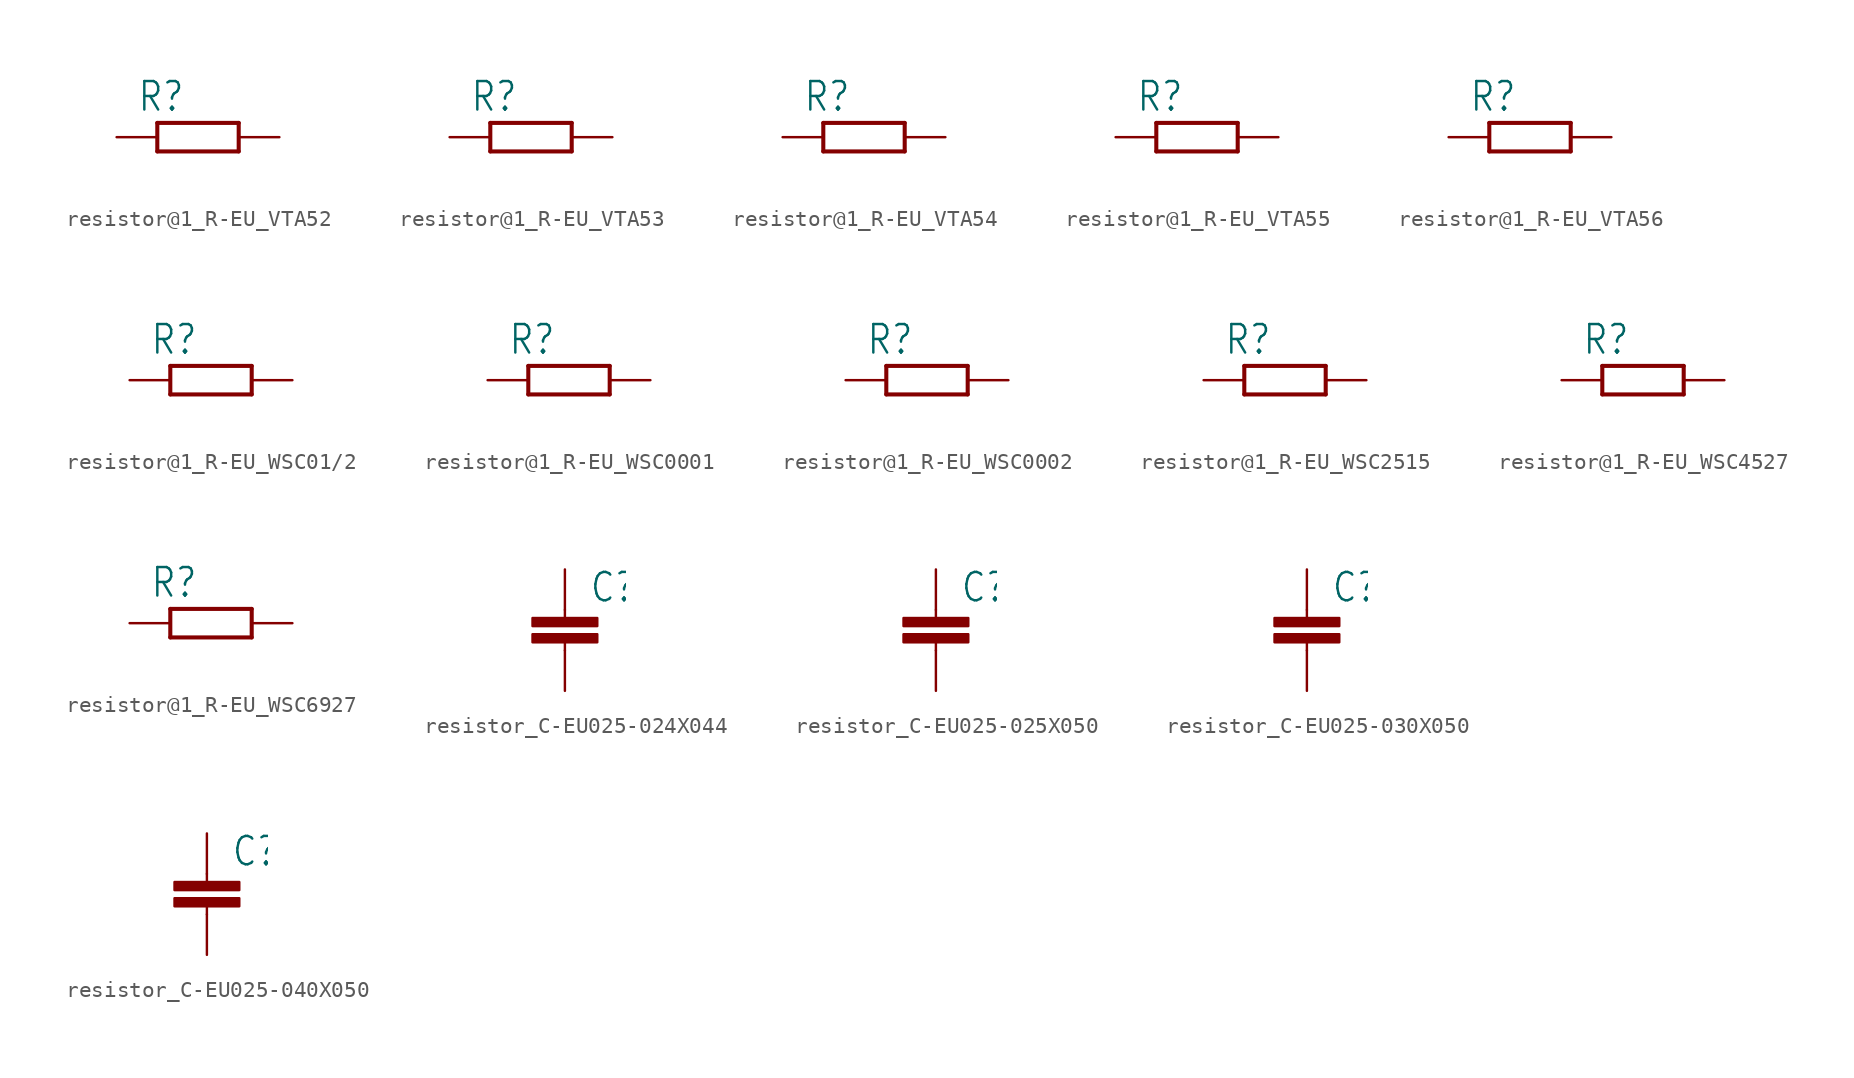
<source format=kicad_sym>
(kicad_symbol_lib
  (version 20231120)
  (generator "kicad_symbol_editor")
  (generator_version "8.0")
  (symbol "resistor@1_R-EU_VTA52"
    (property "Reference" "R"
      (at -3.81 1.499 0)
      (effects (font (size 1.778 1.511)) (justify left bottom)))
    (property "Value" ""
      (at -3.81 -3.302 0)
      (effects (font (size 1.778 1.511)) (justify left bottom)))
    (property "ki_locked" ""
      (at 0 0 0)
      (effects (font (size 1.27 1.27))))
    (symbol "resistor@1_R-EU_VTA52_1_0"
      (polyline (pts (xy -2.54 -0.889) (xy -2.54 0.889)) (stroke (width 0.254) (type solid)) (fill (type none)))
      (polyline (pts (xy -2.54 -0.889) (xy 2.54 -0.889)) (stroke (width 0.254) (type solid)) (fill (type none)))
      (polyline (pts (xy 2.54 -0.889) (xy 2.54 0.889)) (stroke (width 0.254) (type solid)) (fill (type none)))
      (polyline (pts (xy 2.54 0.889) (xy -2.54 0.889)) (stroke (width 0.254) (type solid)) (fill (type none)))
      (pin passive line (at -5.08 0 0) (length 2.54) (name "1" (effects (font (size 0 0)))) (number "1" (effects (font (size 0 0)))))
      (pin passive line (at 5.08 0 180) (length 2.54) (name "2" (effects (font (size 0 0)))) (number "2" (effects (font (size 0 0)))))))
  (symbol "resistor@1_R-EU_VTA53"
    (property "Reference" "R"
      (at -3.81 1.499 0)
      (effects (font (size 1.778 1.511)) (justify left bottom)))
    (property "Value" ""
      (at -3.81 -3.302 0)
      (effects (font (size 1.778 1.511)) (justify left bottom)))
    (property "ki_locked" ""
      (at 0 0 0)
      (effects (font (size 1.27 1.27))))
    (symbol "resistor@1_R-EU_VTA53_1_0"
      (polyline (pts (xy -2.54 -0.889) (xy -2.54 0.889)) (stroke (width 0.254) (type solid)) (fill (type none)))
      (polyline (pts (xy -2.54 -0.889) (xy 2.54 -0.889)) (stroke (width 0.254) (type solid)) (fill (type none)))
      (polyline (pts (xy 2.54 -0.889) (xy 2.54 0.889)) (stroke (width 0.254) (type solid)) (fill (type none)))
      (polyline (pts (xy 2.54 0.889) (xy -2.54 0.889)) (stroke (width 0.254) (type solid)) (fill (type none)))
      (pin passive line (at -5.08 0 0) (length 2.54) (name "1" (effects (font (size 0 0)))) (number "1" (effects (font (size 0 0)))))
      (pin passive line (at 5.08 0 180) (length 2.54) (name "2" (effects (font (size 0 0)))) (number "2" (effects (font (size 0 0)))))))
  (symbol "resistor@1_R-EU_VTA54"
    (property "Reference" "R"
      (at -3.81 1.499 0)
      (effects (font (size 1.778 1.511)) (justify left bottom)))
    (property "Value" ""
      (at -3.81 -3.302 0)
      (effects (font (size 1.778 1.511)) (justify left bottom)))
    (property "ki_locked" ""
      (at 0 0 0)
      (effects (font (size 1.27 1.27))))
    (symbol "resistor@1_R-EU_VTA54_1_0"
      (polyline (pts (xy -2.54 -0.889) (xy -2.54 0.889)) (stroke (width 0.254) (type solid)) (fill (type none)))
      (polyline (pts (xy -2.54 -0.889) (xy 2.54 -0.889)) (stroke (width 0.254) (type solid)) (fill (type none)))
      (polyline (pts (xy 2.54 -0.889) (xy 2.54 0.889)) (stroke (width 0.254) (type solid)) (fill (type none)))
      (polyline (pts (xy 2.54 0.889) (xy -2.54 0.889)) (stroke (width 0.254) (type solid)) (fill (type none)))
      (pin passive line (at -5.08 0 0) (length 2.54) (name "1" (effects (font (size 0 0)))) (number "1" (effects (font (size 0 0)))))
      (pin passive line (at 5.08 0 180) (length 2.54) (name "2" (effects (font (size 0 0)))) (number "2" (effects (font (size 0 0)))))))
  (symbol "resistor@1_R-EU_VTA55"
    (property "Reference" "R"
      (at -3.81 1.499 0)
      (effects (font (size 1.778 1.511)) (justify left bottom)))
    (property "Value" ""
      (at -3.81 -3.302 0)
      (effects (font (size 1.778 1.511)) (justify left bottom)))
    (property "ki_locked" ""
      (at 0 0 0)
      (effects (font (size 1.27 1.27))))
    (symbol "resistor@1_R-EU_VTA55_1_0"
      (polyline (pts (xy -2.54 -0.889) (xy -2.54 0.889)) (stroke (width 0.254) (type solid)) (fill (type none)))
      (polyline (pts (xy -2.54 -0.889) (xy 2.54 -0.889)) (stroke (width 0.254) (type solid)) (fill (type none)))
      (polyline (pts (xy 2.54 -0.889) (xy 2.54 0.889)) (stroke (width 0.254) (type solid)) (fill (type none)))
      (polyline (pts (xy 2.54 0.889) (xy -2.54 0.889)) (stroke (width 0.254) (type solid)) (fill (type none)))
      (pin passive line (at -5.08 0 0) (length 2.54) (name "1" (effects (font (size 0 0)))) (number "1" (effects (font (size 0 0)))))
      (pin passive line (at 5.08 0 180) (length 2.54) (name "2" (effects (font (size 0 0)))) (number "2" (effects (font (size 0 0)))))))
  (symbol "resistor@1_R-EU_VTA56"
    (property "Reference" "R"
      (at -3.81 1.499 0)
      (effects (font (size 1.778 1.511)) (justify left bottom)))
    (property "Value" ""
      (at -3.81 -3.302 0)
      (effects (font (size 1.778 1.511)) (justify left bottom)))
    (property "ki_locked" ""
      (at 0 0 0)
      (effects (font (size 1.27 1.27))))
    (symbol "resistor@1_R-EU_VTA56_1_0"
      (polyline (pts (xy -2.54 -0.889) (xy -2.54 0.889)) (stroke (width 0.254) (type solid)) (fill (type none)))
      (polyline (pts (xy -2.54 -0.889) (xy 2.54 -0.889)) (stroke (width 0.254) (type solid)) (fill (type none)))
      (polyline (pts (xy 2.54 -0.889) (xy 2.54 0.889)) (stroke (width 0.254) (type solid)) (fill (type none)))
      (polyline (pts (xy 2.54 0.889) (xy -2.54 0.889)) (stroke (width 0.254) (type solid)) (fill (type none)))
      (pin passive line (at -5.08 0 0) (length 2.54) (name "1" (effects (font (size 0 0)))) (number "1" (effects (font (size 0 0)))))
      (pin passive line (at 5.08 0 180) (length 2.54) (name "2" (effects (font (size 0 0)))) (number "2" (effects (font (size 0 0)))))))
  (symbol "resistor@1_R-EU_WSC01/2"
    (property "Reference" "R"
      (at -3.81 1.499 0)
      (effects (font (size 1.778 1.511)) (justify left bottom)))
    (property "Value" ""
      (at -3.81 -3.302 0)
      (effects (font (size 1.778 1.511)) (justify left bottom)))
    (property "ki_locked" ""
      (at 0 0 0)
      (effects (font (size 1.27 1.27))))
    (symbol "resistor@1_R-EU_WSC01/2_1_0"
      (polyline (pts (xy -2.54 -0.889) (xy -2.54 0.889)) (stroke (width 0.254) (type solid)) (fill (type none)))
      (polyline (pts (xy -2.54 -0.889) (xy 2.54 -0.889)) (stroke (width 0.254) (type solid)) (fill (type none)))
      (polyline (pts (xy 2.54 -0.889) (xy 2.54 0.889)) (stroke (width 0.254) (type solid)) (fill (type none)))
      (polyline (pts (xy 2.54 0.889) (xy -2.54 0.889)) (stroke (width 0.254) (type solid)) (fill (type none)))
      (pin passive line (at -5.08 0 0) (length 2.54) (name "1" (effects (font (size 0 0)))) (number "1" (effects (font (size 0 0)))))
      (pin passive line (at 5.08 0 180) (length 2.54) (name "2" (effects (font (size 0 0)))) (number "2" (effects (font (size 0 0)))))))
  (symbol "resistor@1_R-EU_WSC0001"
    (property "Reference" "R"
      (at -3.81 1.499 0)
      (effects (font (size 1.778 1.511)) (justify left bottom)))
    (property "Value" ""
      (at -3.81 -3.302 0)
      (effects (font (size 1.778 1.511)) (justify left bottom)))
    (property "ki_locked" ""
      (at 0 0 0)
      (effects (font (size 1.27 1.27))))
    (symbol "resistor@1_R-EU_WSC0001_1_0"
      (polyline (pts (xy -2.54 -0.889) (xy -2.54 0.889)) (stroke (width 0.254) (type solid)) (fill (type none)))
      (polyline (pts (xy -2.54 -0.889) (xy 2.54 -0.889)) (stroke (width 0.254) (type solid)) (fill (type none)))
      (polyline (pts (xy 2.54 -0.889) (xy 2.54 0.889)) (stroke (width 0.254) (type solid)) (fill (type none)))
      (polyline (pts (xy 2.54 0.889) (xy -2.54 0.889)) (stroke (width 0.254) (type solid)) (fill (type none)))
      (pin passive line (at -5.08 0 0) (length 2.54) (name "1" (effects (font (size 0 0)))) (number "1" (effects (font (size 0 0)))))
      (pin passive line (at 5.08 0 180) (length 2.54) (name "2" (effects (font (size 0 0)))) (number "2" (effects (font (size 0 0)))))))
  (symbol "resistor@1_R-EU_WSC0002"
    (property "Reference" "R"
      (at -3.81 1.499 0)
      (effects (font (size 1.778 1.511)) (justify left bottom)))
    (property "Value" ""
      (at -3.81 -3.302 0)
      (effects (font (size 1.778 1.511)) (justify left bottom)))
    (property "ki_locked" ""
      (at 0 0 0)
      (effects (font (size 1.27 1.27))))
    (symbol "resistor@1_R-EU_WSC0002_1_0"
      (polyline (pts (xy -2.54 -0.889) (xy -2.54 0.889)) (stroke (width 0.254) (type solid)) (fill (type none)))
      (polyline (pts (xy -2.54 -0.889) (xy 2.54 -0.889)) (stroke (width 0.254) (type solid)) (fill (type none)))
      (polyline (pts (xy 2.54 -0.889) (xy 2.54 0.889)) (stroke (width 0.254) (type solid)) (fill (type none)))
      (polyline (pts (xy 2.54 0.889) (xy -2.54 0.889)) (stroke (width 0.254) (type solid)) (fill (type none)))
      (pin passive line (at -5.08 0 0) (length 2.54) (name "1" (effects (font (size 0 0)))) (number "1" (effects (font (size 0 0)))))
      (pin passive line (at 5.08 0 180) (length 2.54) (name "2" (effects (font (size 0 0)))) (number "2" (effects (font (size 0 0)))))))
  (symbol "resistor@1_R-EU_WSC2515"
    (property "Reference" "R"
      (at -3.81 1.499 0)
      (effects (font (size 1.778 1.511)) (justify left bottom)))
    (property "Value" ""
      (at -3.81 -3.302 0)
      (effects (font (size 1.778 1.511)) (justify left bottom)))
    (property "ki_locked" ""
      (at 0 0 0)
      (effects (font (size 1.27 1.27))))
    (symbol "resistor@1_R-EU_WSC2515_1_0"
      (polyline (pts (xy -2.54 -0.889) (xy -2.54 0.889)) (stroke (width 0.254) (type solid)) (fill (type none)))
      (polyline (pts (xy -2.54 -0.889) (xy 2.54 -0.889)) (stroke (width 0.254) (type solid)) (fill (type none)))
      (polyline (pts (xy 2.54 -0.889) (xy 2.54 0.889)) (stroke (width 0.254) (type solid)) (fill (type none)))
      (polyline (pts (xy 2.54 0.889) (xy -2.54 0.889)) (stroke (width 0.254) (type solid)) (fill (type none)))
      (pin passive line (at -5.08 0 0) (length 2.54) (name "1" (effects (font (size 0 0)))) (number "1" (effects (font (size 0 0)))))
      (pin passive line (at 5.08 0 180) (length 2.54) (name "2" (effects (font (size 0 0)))) (number "2" (effects (font (size 0 0)))))))
  (symbol "resistor@1_R-EU_WSC4527"
    (property "Reference" "R"
      (at -3.81 1.499 0)
      (effects (font (size 1.778 1.511)) (justify left bottom)))
    (property "Value" ""
      (at -3.81 -3.302 0)
      (effects (font (size 1.778 1.511)) (justify left bottom)))
    (property "ki_locked" ""
      (at 0 0 0)
      (effects (font (size 1.27 1.27))))
    (symbol "resistor@1_R-EU_WSC4527_1_0"
      (polyline (pts (xy -2.54 -0.889) (xy -2.54 0.889)) (stroke (width 0.254) (type solid)) (fill (type none)))
      (polyline (pts (xy -2.54 -0.889) (xy 2.54 -0.889)) (stroke (width 0.254) (type solid)) (fill (type none)))
      (polyline (pts (xy 2.54 -0.889) (xy 2.54 0.889)) (stroke (width 0.254) (type solid)) (fill (type none)))
      (polyline (pts (xy 2.54 0.889) (xy -2.54 0.889)) (stroke (width 0.254) (type solid)) (fill (type none)))
      (pin passive line (at -5.08 0 0) (length 2.54) (name "1" (effects (font (size 0 0)))) (number "1" (effects (font (size 0 0)))))
      (pin passive line (at 5.08 0 180) (length 2.54) (name "2" (effects (font (size 0 0)))) (number "2" (effects (font (size 0 0)))))))
  (symbol "resistor@1_R-EU_WSC6927"
    (property "Reference" "R"
      (at -3.81 1.499 0)
      (effects (font (size 1.778 1.511)) (justify left bottom)))
    (property "Value" ""
      (at -3.81 -3.302 0)
      (effects (font (size 1.778 1.511)) (justify left bottom)))
    (property "ki_locked" ""
      (at 0 0 0)
      (effects (font (size 1.27 1.27))))
    (symbol "resistor@1_R-EU_WSC6927_1_0"
      (polyline (pts (xy -2.54 -0.889) (xy -2.54 0.889)) (stroke (width 0.254) (type solid)) (fill (type none)))
      (polyline (pts (xy -2.54 -0.889) (xy 2.54 -0.889)) (stroke (width 0.254) (type solid)) (fill (type none)))
      (polyline (pts (xy 2.54 -0.889) (xy 2.54 0.889)) (stroke (width 0.254) (type solid)) (fill (type none)))
      (polyline (pts (xy 2.54 0.889) (xy -2.54 0.889)) (stroke (width 0.254) (type solid)) (fill (type none)))
      (pin passive line (at -5.08 0 0) (length 2.54) (name "1" (effects (font (size 0 0)))) (number "1" (effects (font (size 0 0)))))
      (pin passive line (at 5.08 0 180) (length 2.54) (name "2" (effects (font (size 0 0)))) (number "2" (effects (font (size 0 0)))))))
  (symbol "resistor_C-EU025-024X044"
    (property "Reference" "C"
      (at 1.524 0.381 0)
      (effects (font (size 1.778 1.511)) (justify left bottom)))
    (property "Value" ""
      (at 1.524 -4.699 0)
      (effects (font (size 1.778 1.511)) (justify left bottom)))
    (property "ki_locked" ""
      (at 0 0 0)
      (effects (font (size 1.27 1.27))))
    (symbol "resistor_C-EU025-024X044_1_0"
      (rectangle (start -2.032 -2.032) (end 2.032 -1.524) (stroke (width 0) (type default)) (fill (type outline)))
      (rectangle (start -2.032 -1.016) (end 2.032 -0.508) (stroke (width 0) (type default)) (fill (type outline)))
      (polyline (pts (xy 0 -2.54) (xy 0 -2.032)) (stroke (width 0.152) (type solid)) (fill (type none)))
      (polyline (pts (xy 0 0) (xy 0 -0.508)) (stroke (width 0.152) (type solid)) (fill (type none)))
      (pin passive line (at 0 2.54 270) (length 2.54) (name "1" (effects (font (size 0 0)))) (number "1" (effects (font (size 0 0)))))
      (pin passive line (at 0 -5.08 90) (length 2.54) (name "2" (effects (font (size 0 0)))) (number "2" (effects (font (size 0 0)))))))
  (symbol "resistor_C-EU025-025X050"
    (property "Reference" "C"
      (at 1.524 0.381 0)
      (effects (font (size 1.778 1.511)) (justify left bottom)))
    (property "Value" ""
      (at 1.524 -4.699 0)
      (effects (font (size 1.778 1.511)) (justify left bottom)))
    (property "ki_locked" ""
      (at 0 0 0)
      (effects (font (size 1.27 1.27))))
    (symbol "resistor_C-EU025-025X050_1_0"
      (rectangle (start -2.032 -2.032) (end 2.032 -1.524) (stroke (width 0) (type default)) (fill (type outline)))
      (rectangle (start -2.032 -1.016) (end 2.032 -0.508) (stroke (width 0) (type default)) (fill (type outline)))
      (polyline (pts (xy 0 -2.54) (xy 0 -2.032)) (stroke (width 0.152) (type solid)) (fill (type none)))
      (polyline (pts (xy 0 0) (xy 0 -0.508)) (stroke (width 0.152) (type solid)) (fill (type none)))
      (pin passive line (at 0 2.54 270) (length 2.54) (name "1" (effects (font (size 0 0)))) (number "1" (effects (font (size 0 0)))))
      (pin passive line (at 0 -5.08 90) (length 2.54) (name "2" (effects (font (size 0 0)))) (number "2" (effects (font (size 0 0)))))))
  (symbol "resistor_C-EU025-030X050"
    (property "Reference" "C"
      (at 1.524 0.381 0)
      (effects (font (size 1.778 1.511)) (justify left bottom)))
    (property "Value" ""
      (at 1.524 -4.699 0)
      (effects (font (size 1.778 1.511)) (justify left bottom)))
    (property "ki_locked" ""
      (at 0 0 0)
      (effects (font (size 1.27 1.27))))
    (symbol "resistor_C-EU025-030X050_1_0"
      (rectangle (start -2.032 -2.032) (end 2.032 -1.524) (stroke (width 0) (type default)) (fill (type outline)))
      (rectangle (start -2.032 -1.016) (end 2.032 -0.508) (stroke (width 0) (type default)) (fill (type outline)))
      (polyline (pts (xy 0 -2.54) (xy 0 -2.032)) (stroke (width 0.152) (type solid)) (fill (type none)))
      (polyline (pts (xy 0 0) (xy 0 -0.508)) (stroke (width 0.152) (type solid)) (fill (type none)))
      (pin passive line (at 0 2.54 270) (length 2.54) (name "1" (effects (font (size 0 0)))) (number "1" (effects (font (size 0 0)))))
      (pin passive line (at 0 -5.08 90) (length 2.54) (name "2" (effects (font (size 0 0)))) (number "2" (effects (font (size 0 0)))))))
  (symbol "resistor_C-EU025-040X050"
    (property "Reference" "C"
      (at 1.524 0.381 0)
      (effects (font (size 1.778 1.511)) (justify left bottom)))
    (property "Value" ""
      (at 1.524 -4.699 0)
      (effects (font (size 1.778 1.511)) (justify left bottom)))
    (property "ki_locked" ""
      (at 0 0 0)
      (effects (font (size 1.27 1.27))))
    (symbol "resistor_C-EU025-040X050_1_0"
      (rectangle (start -2.032 -2.032) (end 2.032 -1.524) (stroke (width 0) (type default)) (fill (type outline)))
      (rectangle (start -2.032 -1.016) (end 2.032 -0.508) (stroke (width 0) (type default)) (fill (type outline)))
      (polyline (pts (xy 0 -2.54) (xy 0 -2.032)) (stroke (width 0.152) (type solid)) (fill (type none)))
      (polyline (pts (xy 0 0) (xy 0 -0.508)) (stroke (width 0.152) (type solid)) (fill (type none)))
      (pin passive line (at 0 2.54 270) (length 2.54) (name "1" (effects (font (size 0 0)))) (number "1" (effects (font (size 0 0)))))
      (pin passive line (at 0 -5.08 90) (length 2.54) (name "2" (effects (font (size 0 0)))) (number "2" (effects (font (size 0 0))))))))
</source>
